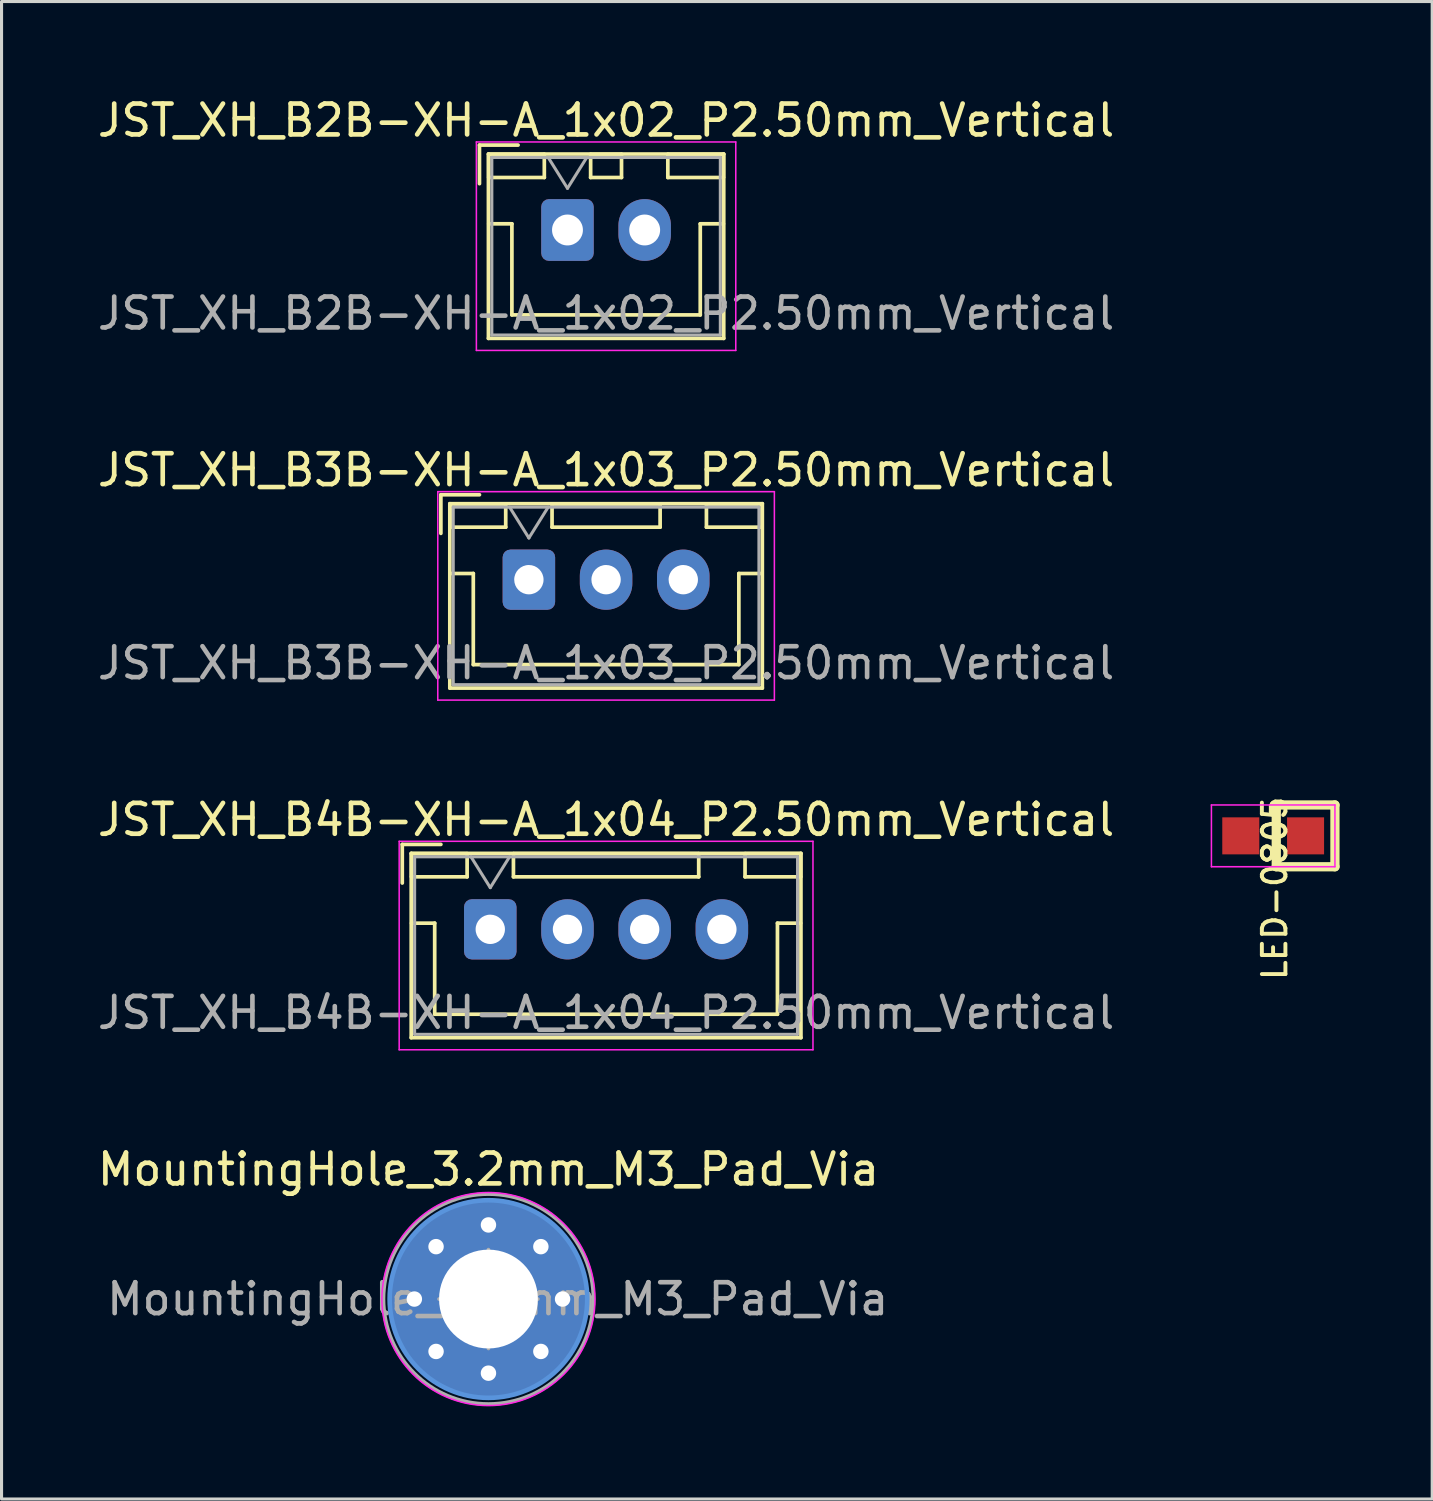
<source format=kicad_pcb>
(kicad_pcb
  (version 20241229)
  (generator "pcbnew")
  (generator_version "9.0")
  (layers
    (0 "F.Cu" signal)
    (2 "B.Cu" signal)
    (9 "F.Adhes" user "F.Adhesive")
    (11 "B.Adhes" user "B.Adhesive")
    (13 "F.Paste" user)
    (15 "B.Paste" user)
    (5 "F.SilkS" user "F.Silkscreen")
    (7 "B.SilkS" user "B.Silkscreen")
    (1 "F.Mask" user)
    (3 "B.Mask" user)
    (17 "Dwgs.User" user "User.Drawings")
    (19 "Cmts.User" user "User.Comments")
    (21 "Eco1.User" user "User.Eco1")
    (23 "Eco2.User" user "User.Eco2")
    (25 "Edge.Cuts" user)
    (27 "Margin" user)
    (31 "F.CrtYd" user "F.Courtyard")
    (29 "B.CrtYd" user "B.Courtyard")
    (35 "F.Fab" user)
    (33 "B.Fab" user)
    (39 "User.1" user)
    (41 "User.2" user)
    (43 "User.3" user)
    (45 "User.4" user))
  (footprint "LED-0805"
    (layer "F.Cu")
    (at 38.18 24.018)
    (property "Reference" "LED-0805" (at 0.05 1.7 270) (layer "F.SilkS") (effects (font (size 0.762 0.762) (thickness 0.127))))
    (attr smd)
    (fp_line (start 0.1 -1) (end 0.1 1) (stroke (width 0.3) (type solid)) (layer "F.SilkS"))
    (fp_line (start 2 -1) (end 0.1 -1) (stroke (width 0.3) (type solid)) (layer "F.SilkS"))
    (fp_line (start 2 -1) (end 2 1) (stroke (width 0.3) (type solid)) (layer "F.SilkS"))
    (fp_line (start 2 1) (end 0.1 1) (stroke (width 0.3) (type solid)) (layer "F.SilkS"))
    (fp_line (start -2 -1) (end 2 -1) (stroke (width 0.05) (type solid)) (layer "F.CrtYd"))
    (fp_line (start -2 1) (end -2 -1) (stroke (width 0.05) (type solid)) (layer "F.CrtYd"))
    (fp_line (start 2 -1) (end 2 1) (stroke (width 0.05) (type solid)) (layer "F.CrtYd"))
    (fp_line (start 2 1) (end -2 1) (stroke (width 0.05) (type solid)) (layer "F.CrtYd"))
    (pad "1" smd rect (at -1.049 0) (size 1.199 1.199) (layers "F.Cu" "F.Mask" "F.Paste"))
    (pad "2" smd rect (at 1.049 0) (size 1.199 1.199) (layers "F.Cu" "F.Mask" "F.Paste")))
  (footprint "JST_XH_B3B-XH-A_1x03_P2.50mm_Vertical"
    (layer "F.Cu")
    (at 14.077 15.722)
    (property "Reference" "JST_XH_B3B-XH-A_1x03_P2.50mm_Vertical" (at 2.5 -3.55 0) (layer "F.SilkS") (effects (font (size 1 1) (thickness 0.15))))
    (attr through_hole)
    (fp_line (start -2.85 -2.75) (end -2.85 -1.5) (stroke (width 0.12) (type solid)) (layer "F.SilkS"))
    (fp_line (start -2.56 -2.46) (end -2.56 3.51) (stroke (width 0.12) (type solid)) (layer "F.SilkS"))
    (fp_line (start -2.56 3.51) (end 7.56 3.51) (stroke (width 0.12) (type solid)) (layer "F.SilkS"))
    (fp_line (start -2.55 -2.45) (end -2.55 -1.7) (stroke (width 0.12) (type solid)) (layer "F.SilkS"))
    (fp_line (start -2.55 -1.7) (end -0.75 -1.7) (stroke (width 0.12) (type solid)) (layer "F.SilkS"))
    (fp_line (start -2.55 -0.2) (end -1.8 -0.2) (stroke (width 0.12) (type solid)) (layer "F.SilkS"))
    (fp_line (start -1.8 -0.2) (end -1.8 2.75) (stroke (width 0.12) (type solid)) (layer "F.SilkS"))
    (fp_line (start -1.8 2.75) (end 2.5 2.75) (stroke (width 0.12) (type solid)) (layer "F.SilkS"))
    (fp_line (start -1.6 -2.75) (end -2.85 -2.75) (stroke (width 0.12) (type solid)) (layer "F.SilkS"))
    (fp_line (start -0.75 -2.45) (end -2.55 -2.45) (stroke (width 0.12) (type solid)) (layer "F.SilkS"))
    (fp_line (start -0.75 -1.7) (end -0.75 -2.45) (stroke (width 0.12) (type solid)) (layer "F.SilkS"))
    (fp_line (start 0.75 -2.45) (end 0.75 -1.7) (stroke (width 0.12) (type solid)) (layer "F.SilkS"))
    (fp_line (start 0.75 -1.7) (end 4.25 -1.7) (stroke (width 0.12) (type solid)) (layer "F.SilkS"))
    (fp_line (start 4.25 -2.45) (end 0.75 -2.45) (stroke (width 0.12) (type solid)) (layer "F.SilkS"))
    (fp_line (start 4.25 -1.7) (end 4.25 -2.45) (stroke (width 0.12) (type solid)) (layer "F.SilkS"))
    (fp_line (start 5.75 -2.45) (end 5.75 -1.7) (stroke (width 0.12) (type solid)) (layer "F.SilkS"))
    (fp_line (start 5.75 -1.7) (end 7.55 -1.7) (stroke (width 0.12) (type solid)) (layer "F.SilkS"))
    (fp_line (start 6.8 -0.2) (end 6.8 2.75) (stroke (width 0.12) (type solid)) (layer "F.SilkS"))
    (fp_line (start 6.8 2.75) (end 2.5 2.75) (stroke (width 0.12) (type solid)) (layer "F.SilkS"))
    (fp_line (start 7.55 -2.45) (end 5.75 -2.45) (stroke (width 0.12) (type solid)) (layer "F.SilkS"))
    (fp_line (start 7.55 -1.7) (end 7.55 -2.45) (stroke (width 0.12) (type solid)) (layer "F.SilkS"))
    (fp_line (start 7.55 -0.2) (end 6.8 -0.2) (stroke (width 0.12) (type solid)) (layer "F.SilkS"))
    (fp_line (start 7.56 -2.46) (end -2.56 -2.46) (stroke (width 0.12) (type solid)) (layer "F.SilkS"))
    (fp_line (start 7.56 3.51) (end 7.56 -2.46) (stroke (width 0.12) (type solid)) (layer "F.SilkS"))
    (fp_line (start -2.95 -2.85) (end -2.95 3.9) (stroke (width 0.05) (type solid)) (layer "F.CrtYd"))
    (fp_line (start -2.95 3.9) (end 7.95 3.9) (stroke (width 0.05) (type solid)) (layer "F.CrtYd"))
    (fp_line (start 7.95 -2.85) (end -2.95 -2.85) (stroke (width 0.05) (type solid)) (layer "F.CrtYd"))
    (fp_line (start 7.95 3.9) (end 7.95 -2.85) (stroke (width 0.05) (type solid)) (layer "F.CrtYd"))
    (fp_line (start -2.45 -2.35) (end -2.45 3.4) (stroke (width 0.1) (type solid)) (layer "F.Fab"))
    (fp_line (start -2.45 3.4) (end 7.45 3.4) (stroke (width 0.1) (type solid)) (layer "F.Fab"))
    (fp_line (start -0.625 -2.35) (end 0 -1.35) (stroke (width 0.1) (type solid)) (layer "F.Fab"))
    (fp_line (start 0 -1.35) (end 0.625 -2.35) (stroke (width 0.1) (type solid)) (layer "F.Fab"))
    (fp_line (start 7.45 -2.35) (end -2.45 -2.35) (stroke (width 0.1) (type solid)) (layer "F.Fab"))
    (fp_line (start 7.45 3.4) (end 7.45 -2.35) (stroke (width 0.1) (type solid)) (layer "F.Fab"))
    (fp_text user "${REFERENCE}" (at 2.5 2.7 0) (layer "F.Fab") (effects (font (size 1 1) (thickness 0.15))))
    (pad "1" thru_hole roundrect (at 0 0) (size 1.7 1.95) (drill 0.95) (layers "*.Cu" "*.Mask") (roundrect_rratio 0.147))
    (pad "2" thru_hole oval (at 2.5 0) (size 1.7 1.95) (drill 0.95) (layers "*.Cu" "*.Mask"))
    (pad "3" thru_hole oval (at 5 0) (size 1.7 1.95) (drill 0.95) (layers "*.Cu" "*.Mask")))
  (footprint "MountingHole_3.2mm_M3_Pad_Via"
    (layer "F.Cu")
    (at 12.768 39.018)
    (property "Reference" "MountingHole_3.2mm_M3_Pad_Via" (at 0 -4.2 0) (layer "F.SilkS") (effects (font (size 1 1) (thickness 0.15))))
    (attr exclude_from_pos_files exclude_from_bom)
    (fp_circle (center 0 0) (end 3.2 0) (stroke (width 0.15) (type solid)) (fill no) (layer "Cmts.User"))
    (fp_circle (center 0 0) (end 3.45 0) (stroke (width 0.05) (type solid)) (fill no) (layer "F.CrtYd"))
    (fp_line (start -1.6 0) (end 1.6 0) (stroke (width 0.12) (type solid)) (layer "F.Fab"))
    (fp_line (start 0 -1.6) (end 0 1.6) (stroke (width 0.12) (type solid)) (layer "F.Fab"))
    (fp_circle (center 0 0) (end -3.4 0) (stroke (width 0.12) (type solid)) (fill no) (layer "F.Fab"))
    (fp_text user "${REFERENCE}" (at 0.3 0 0) (layer "F.Fab") (effects (font (size 1 1) (thickness 0.15))))
    (pad "1" thru_hole circle (at -2.4 0) (size 0.8 0.8) (drill 0.5) (layers "*.Cu" "*.Mask"))
    (pad "1" thru_hole circle (at -1.697 -1.697) (size 0.8 0.8) (drill 0.5) (layers "*.Cu" "*.Mask"))
    (pad "1" thru_hole circle (at -1.697 1.697) (size 0.8 0.8) (drill 0.5) (layers "*.Cu" "*.Mask"))
    (pad "1" thru_hole circle (at 0 -2.4) (size 0.8 0.8) (drill 0.5) (layers "*.Cu" "*.Mask"))
    (pad "1" thru_hole circle (at 0 0) (size 6.4 6.4) (drill 3.2) (layers "*.Cu" "*.Mask"))
    (pad "1" thru_hole circle (at 0 2.4) (size 0.8 0.8) (drill 0.5) (layers "*.Cu" "*.Mask"))
    (pad "1" thru_hole circle (at 1.697 -1.697) (size 0.8 0.8) (drill 0.5) (layers "*.Cu" "*.Mask"))
    (pad "1" thru_hole circle (at 1.697 1.697) (size 0.8 0.8) (drill 0.5) (layers "*.Cu" "*.Mask"))
    (pad "1" thru_hole circle (at 2.4 0) (size 0.8 0.8) (drill 0.5) (layers "*.Cu" "*.Mask")))
  (footprint "JST_XH_B4B-XH-A_1x04_P2.50mm_Vertical"
    (layer "F.Cu")
    (at 12.827 27.045)
    (property "Reference" "JST_XH_B4B-XH-A_1x04_P2.50mm_Vertical" (at 3.75 -3.55 0) (layer "F.SilkS") (effects (font (size 1 1) (thickness 0.15))))
    (attr through_hole)
    (fp_line (start -2.85 -2.75) (end -2.85 -1.5) (stroke (width 0.12) (type solid)) (layer "F.SilkS"))
    (fp_line (start -2.56 -2.46) (end -2.56 3.51) (stroke (width 0.12) (type solid)) (layer "F.SilkS"))
    (fp_line (start -2.56 3.51) (end 10.06 3.51) (stroke (width 0.12) (type solid)) (layer "F.SilkS"))
    (fp_line (start -2.55 -2.45) (end -2.55 -1.7) (stroke (width 0.12) (type solid)) (layer "F.SilkS"))
    (fp_line (start -2.55 -1.7) (end -0.75 -1.7) (stroke (width 0.12) (type solid)) (layer "F.SilkS"))
    (fp_line (start -2.55 -0.2) (end -1.8 -0.2) (stroke (width 0.12) (type solid)) (layer "F.SilkS"))
    (fp_line (start -1.8 -0.2) (end -1.8 2.75) (stroke (width 0.12) (type solid)) (layer "F.SilkS"))
    (fp_line (start -1.8 2.75) (end 3.75 2.75) (stroke (width 0.12) (type solid)) (layer "F.SilkS"))
    (fp_line (start -1.6 -2.75) (end -2.85 -2.75) (stroke (width 0.12) (type solid)) (layer "F.SilkS"))
    (fp_line (start -0.75 -2.45) (end -2.55 -2.45) (stroke (width 0.12) (type solid)) (layer "F.SilkS"))
    (fp_line (start -0.75 -1.7) (end -0.75 -2.45) (stroke (width 0.12) (type solid)) (layer "F.SilkS"))
    (fp_line (start 0.75 -2.45) (end 0.75 -1.7) (stroke (width 0.12) (type solid)) (layer "F.SilkS"))
    (fp_line (start 0.75 -1.7) (end 6.75 -1.7) (stroke (width 0.12) (type solid)) (layer "F.SilkS"))
    (fp_line (start 6.75 -2.45) (end 0.75 -2.45) (stroke (width 0.12) (type solid)) (layer "F.SilkS"))
    (fp_line (start 6.75 -1.7) (end 6.75 -2.45) (stroke (width 0.12) (type solid)) (layer "F.SilkS"))
    (fp_line (start 8.25 -2.45) (end 8.25 -1.7) (stroke (width 0.12) (type solid)) (layer "F.SilkS"))
    (fp_line (start 8.25 -1.7) (end 10.05 -1.7) (stroke (width 0.12) (type solid)) (layer "F.SilkS"))
    (fp_line (start 9.3 -0.2) (end 9.3 2.75) (stroke (width 0.12) (type solid)) (layer "F.SilkS"))
    (fp_line (start 9.3 2.75) (end 3.75 2.75) (stroke (width 0.12) (type solid)) (layer "F.SilkS"))
    (fp_line (start 10.05 -2.45) (end 8.25 -2.45) (stroke (width 0.12) (type solid)) (layer "F.SilkS"))
    (fp_line (start 10.05 -1.7) (end 10.05 -2.45) (stroke (width 0.12) (type solid)) (layer "F.SilkS"))
    (fp_line (start 10.05 -0.2) (end 9.3 -0.2) (stroke (width 0.12) (type solid)) (layer "F.SilkS"))
    (fp_line (start 10.06 -2.46) (end -2.56 -2.46) (stroke (width 0.12) (type solid)) (layer "F.SilkS"))
    (fp_line (start 10.06 3.51) (end 10.06 -2.46) (stroke (width 0.12) (type solid)) (layer "F.SilkS"))
    (fp_line (start -2.95 -2.85) (end -2.95 3.9) (stroke (width 0.05) (type solid)) (layer "F.CrtYd"))
    (fp_line (start -2.95 3.9) (end 10.45 3.9) (stroke (width 0.05) (type solid)) (layer "F.CrtYd"))
    (fp_line (start 10.45 -2.85) (end -2.95 -2.85) (stroke (width 0.05) (type solid)) (layer "F.CrtYd"))
    (fp_line (start 10.45 3.9) (end 10.45 -2.85) (stroke (width 0.05) (type solid)) (layer "F.CrtYd"))
    (fp_line (start -2.45 -2.35) (end -2.45 3.4) (stroke (width 0.1) (type solid)) (layer "F.Fab"))
    (fp_line (start -2.45 3.4) (end 9.95 3.4) (stroke (width 0.1) (type solid)) (layer "F.Fab"))
    (fp_line (start -0.625 -2.35) (end 0 -1.35) (stroke (width 0.1) (type solid)) (layer "F.Fab"))
    (fp_line (start 0 -1.35) (end 0.625 -2.35) (stroke (width 0.1) (type solid)) (layer "F.Fab"))
    (fp_line (start 9.95 -2.35) (end -2.45 -2.35) (stroke (width 0.1) (type solid)) (layer "F.Fab"))
    (fp_line (start 9.95 3.4) (end 9.95 -2.35) (stroke (width 0.1) (type solid)) (layer "F.Fab"))
    (fp_text user "${REFERENCE}" (at 3.75 2.7 0) (layer "F.Fab") (effects (font (size 1 1) (thickness 0.15))))
    (pad "1" thru_hole roundrect (at 0 0) (size 1.7 1.95) (drill 0.95) (layers "*.Cu" "*.Mask") (roundrect_rratio 0.147))
    (pad "2" thru_hole oval (at 2.5 0) (size 1.7 1.95) (drill 0.95) (layers "*.Cu" "*.Mask"))
    (pad "3" thru_hole oval (at 5 0) (size 1.7 1.95) (drill 0.95) (layers "*.Cu" "*.Mask"))
    (pad "4" thru_hole oval (at 7.5 0) (size 1.7 1.95) (drill 0.95) (layers "*.Cu" "*.Mask")))
  (footprint "JST_XH_B2B-XH-A_1x02_P2.50mm_Vertical"
    (layer "F.Cu")
    (at 15.327 4.398)
    (property "Reference" "JST_XH_B2B-XH-A_1x02_P2.50mm_Vertical" (at 1.25 -3.55 0) (layer "F.SilkS") (effects (font (size 1 1) (thickness 0.15))))
    (attr through_hole)
    (fp_line (start -2.85 -2.75) (end -2.85 -1.5) (stroke (width 0.12) (type solid)) (layer "F.SilkS"))
    (fp_line (start -2.56 -2.46) (end -2.56 3.51) (stroke (width 0.12) (type solid)) (layer "F.SilkS"))
    (fp_line (start -2.56 3.51) (end 5.06 3.51) (stroke (width 0.12) (type solid)) (layer "F.SilkS"))
    (fp_line (start -2.55 -2.45) (end -2.55 -1.7) (stroke (width 0.12) (type solid)) (layer "F.SilkS"))
    (fp_line (start -2.55 -1.7) (end -0.75 -1.7) (stroke (width 0.12) (type solid)) (layer "F.SilkS"))
    (fp_line (start -2.55 -0.2) (end -1.8 -0.2) (stroke (width 0.12) (type solid)) (layer "F.SilkS"))
    (fp_line (start -1.8 -0.2) (end -1.8 2.75) (stroke (width 0.12) (type solid)) (layer "F.SilkS"))
    (fp_line (start -1.8 2.75) (end 1.25 2.75) (stroke (width 0.12) (type solid)) (layer "F.SilkS"))
    (fp_line (start -1.6 -2.75) (end -2.85 -2.75) (stroke (width 0.12) (type solid)) (layer "F.SilkS"))
    (fp_line (start -0.75 -2.45) (end -2.55 -2.45) (stroke (width 0.12) (type solid)) (layer "F.SilkS"))
    (fp_line (start -0.75 -1.7) (end -0.75 -2.45) (stroke (width 0.12) (type solid)) (layer "F.SilkS"))
    (fp_line (start 0.75 -2.45) (end 0.75 -1.7) (stroke (width 0.12) (type solid)) (layer "F.SilkS"))
    (fp_line (start 0.75 -1.7) (end 1.75 -1.7) (stroke (width 0.12) (type solid)) (layer "F.SilkS"))
    (fp_line (start 1.75 -2.45) (end 0.75 -2.45) (stroke (width 0.12) (type solid)) (layer "F.SilkS"))
    (fp_line (start 1.75 -1.7) (end 1.75 -2.45) (stroke (width 0.12) (type solid)) (layer "F.SilkS"))
    (fp_line (start 3.25 -2.45) (end 3.25 -1.7) (stroke (width 0.12) (type solid)) (layer "F.SilkS"))
    (fp_line (start 3.25 -1.7) (end 5.05 -1.7) (stroke (width 0.12) (type solid)) (layer "F.SilkS"))
    (fp_line (start 4.3 -0.2) (end 4.3 2.75) (stroke (width 0.12) (type solid)) (layer "F.SilkS"))
    (fp_line (start 4.3 2.75) (end 1.25 2.75) (stroke (width 0.12) (type solid)) (layer "F.SilkS"))
    (fp_line (start 5.05 -2.45) (end 3.25 -2.45) (stroke (width 0.12) (type solid)) (layer "F.SilkS"))
    (fp_line (start 5.05 -1.7) (end 5.05 -2.45) (stroke (width 0.12) (type solid)) (layer "F.SilkS"))
    (fp_line (start 5.05 -0.2) (end 4.3 -0.2) (stroke (width 0.12) (type solid)) (layer "F.SilkS"))
    (fp_line (start 5.06 -2.46) (end -2.56 -2.46) (stroke (width 0.12) (type solid)) (layer "F.SilkS"))
    (fp_line (start 5.06 3.51) (end 5.06 -2.46) (stroke (width 0.12) (type solid)) (layer "F.SilkS"))
    (fp_line (start -2.95 -2.85) (end -2.95 3.9) (stroke (width 0.05) (type solid)) (layer "F.CrtYd"))
    (fp_line (start -2.95 3.9) (end 5.45 3.9) (stroke (width 0.05) (type solid)) (layer "F.CrtYd"))
    (fp_line (start 5.45 -2.85) (end -2.95 -2.85) (stroke (width 0.05) (type solid)) (layer "F.CrtYd"))
    (fp_line (start 5.45 3.9) (end 5.45 -2.85) (stroke (width 0.05) (type solid)) (layer "F.CrtYd"))
    (fp_line (start -2.45 -2.35) (end -2.45 3.4) (stroke (width 0.1) (type solid)) (layer "F.Fab"))
    (fp_line (start -2.45 3.4) (end 4.95 3.4) (stroke (width 0.1) (type solid)) (layer "F.Fab"))
    (fp_line (start -0.625 -2.35) (end 0 -1.35) (stroke (width 0.1) (type solid)) (layer "F.Fab"))
    (fp_line (start 0 -1.35) (end 0.625 -2.35) (stroke (width 0.1) (type solid)) (layer "F.Fab"))
    (fp_line (start 4.95 -2.35) (end -2.45 -2.35) (stroke (width 0.1) (type solid)) (layer "F.Fab"))
    (fp_line (start 4.95 3.4) (end 4.95 -2.35) (stroke (width 0.1) (type solid)) (layer "F.Fab"))
    (fp_text user "${REFERENCE}" (at 1.25 2.7 0) (layer "F.Fab") (effects (font (size 1 1) (thickness 0.15))))
    (pad "1" thru_hole roundrect (at 0 0) (size 1.7 2) (drill 1) (layers "*.Cu" "*.Mask") (roundrect_rratio 0.147))
    (pad "2" thru_hole oval (at 2.5 0) (size 1.7 2) (drill 1) (layers "*.Cu" "*.Mask")))
  (gr_rect
    (start -3 -3)
    (end 43.33 45.493)
    (stroke (width 0.1) (type default))
    (fill no)
    (layer "Edge.Cuts")))
</source>
